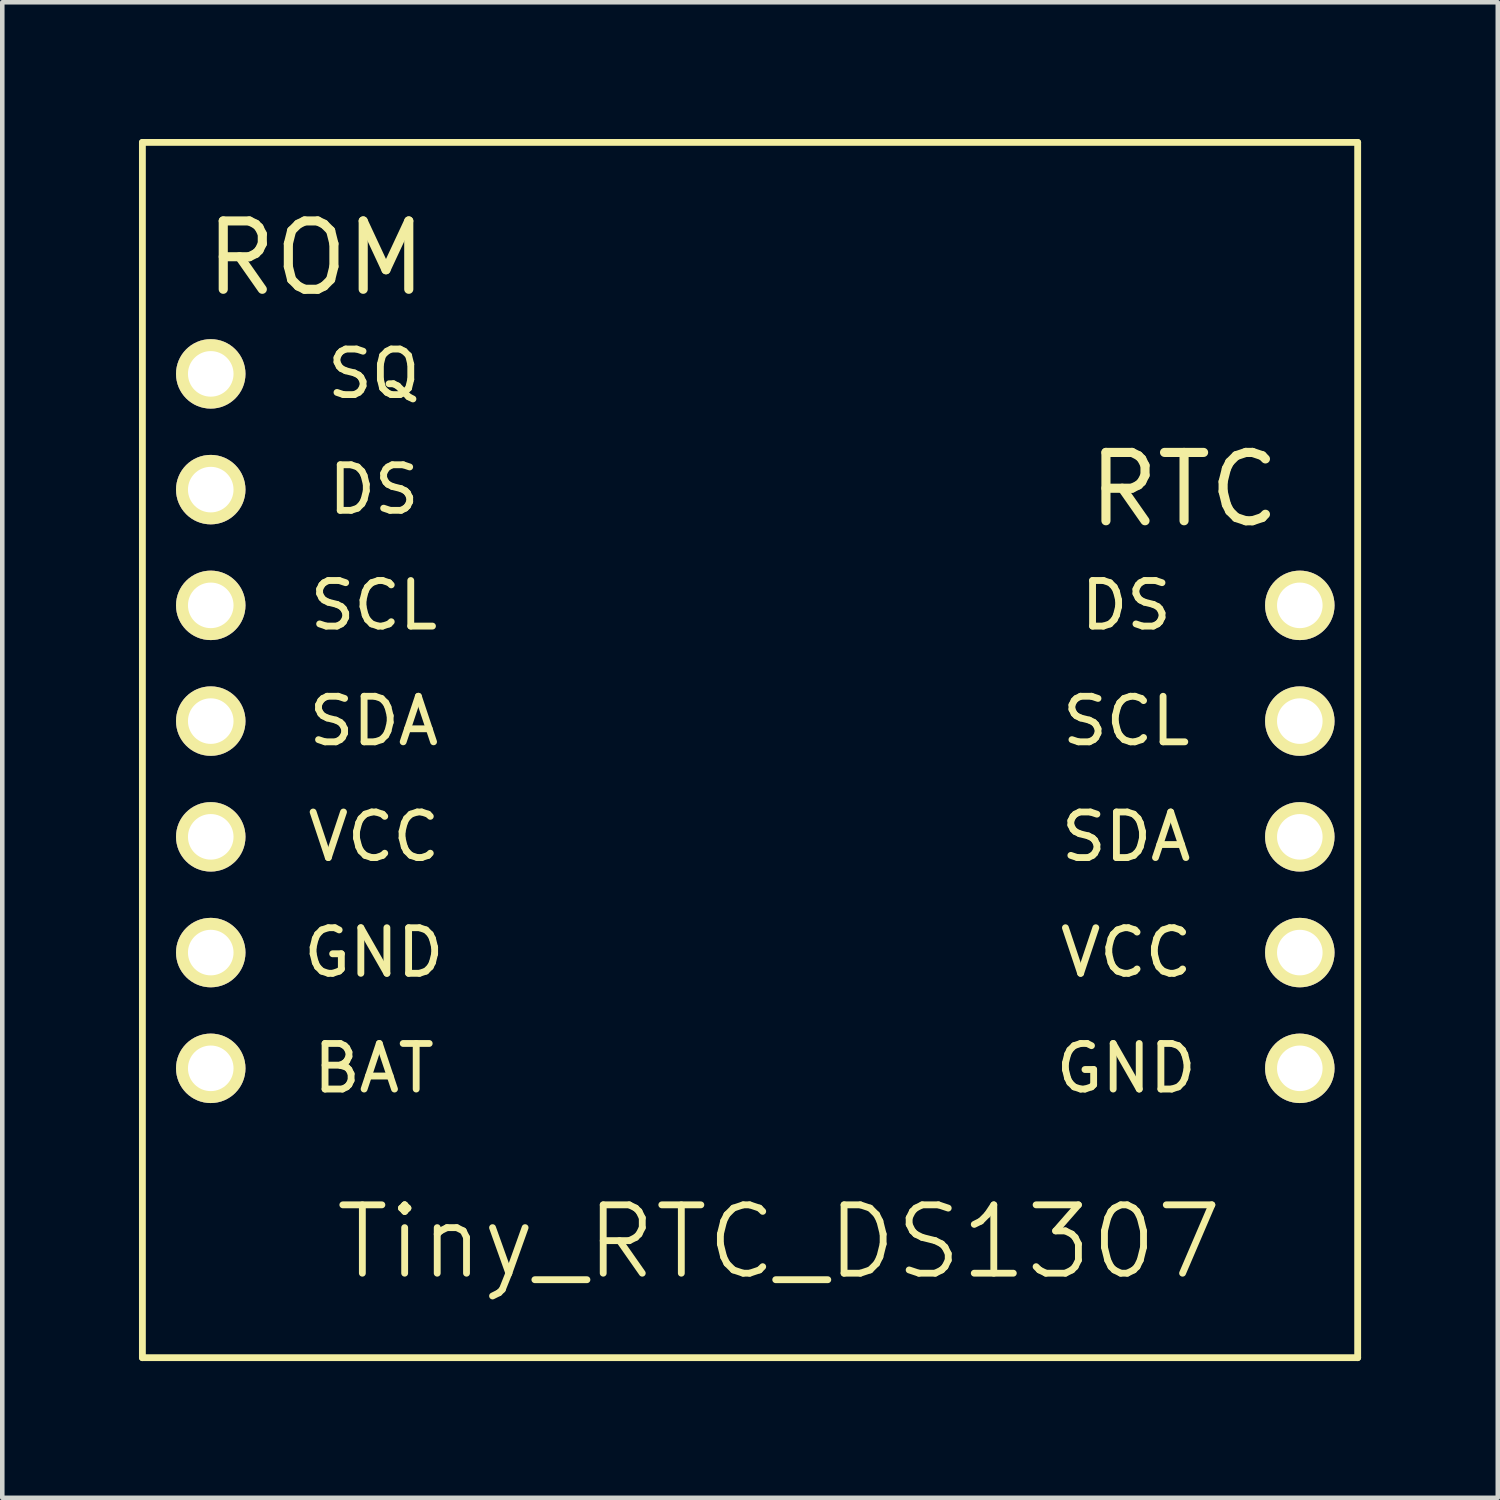
<source format=kicad_pcb>
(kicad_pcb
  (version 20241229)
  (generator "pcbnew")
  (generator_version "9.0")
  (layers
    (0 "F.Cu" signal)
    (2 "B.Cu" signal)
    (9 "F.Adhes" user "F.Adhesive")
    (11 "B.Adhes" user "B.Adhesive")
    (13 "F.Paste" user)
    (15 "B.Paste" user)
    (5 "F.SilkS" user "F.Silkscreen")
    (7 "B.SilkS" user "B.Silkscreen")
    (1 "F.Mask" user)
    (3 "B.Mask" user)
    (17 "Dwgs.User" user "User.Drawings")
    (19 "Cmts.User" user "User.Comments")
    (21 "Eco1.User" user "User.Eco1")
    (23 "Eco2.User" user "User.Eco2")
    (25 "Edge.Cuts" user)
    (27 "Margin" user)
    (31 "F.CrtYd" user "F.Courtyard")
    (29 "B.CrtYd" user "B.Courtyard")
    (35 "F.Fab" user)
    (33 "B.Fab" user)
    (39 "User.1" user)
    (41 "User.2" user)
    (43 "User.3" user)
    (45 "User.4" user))
  (footprint "Tiny_RTC_DS1307"
    (layer "F.Cu")
    (at 14.045 15.315)
    (property "Reference" "Tiny_RTC_DS1307" (at 0 8.89 0) (layer "F.SilkS") (effects (font (size 1.5 1.5) (thickness 0.15))))
    (attr through_hole)
    (fp_line (start -13.97 -15.24) (end 12.7 -15.24) (stroke (width 0.15) (type solid)) (layer "F.SilkS"))
    (fp_line (start -13.97 11.43) (end -13.97 -15.24) (stroke (width 0.15) (type solid)) (layer "F.SilkS"))
    (fp_line (start 12.7 -15.24) (end 12.7 11.43) (stroke (width 0.15) (type solid)) (layer "F.SilkS"))
    (fp_line (start 12.7 11.43) (end -13.97 11.43) (stroke (width 0.15) (type solid)) (layer "F.SilkS"))
    (fp_text user "GND" (at -8.89 2.54 0) (layer "F.SilkS") (effects (font (size 1 1) (thickness 0.15))))
    (fp_text user "RTC" (at 8.89 -7.62 0) (layer "F.SilkS") (effects (font (size 1.5 1.5) (thickness 0.2))))
    (fp_text user "SCL" (at -8.89 -5.08 0) (layer "F.SilkS") (effects (font (size 1 1) (thickness 0.15))))
    (fp_text user "DS" (at 7.62 -5.08 0) (layer "F.SilkS") (effects (font (size 1 1) (thickness 0.15))))
    (fp_text user "GND" (at 7.62 5.08 0) (layer "F.SilkS") (effects (font (size 1 1) (thickness 0.15))))
    (fp_text user "SDA" (at -8.89 -2.54 0) (layer "F.SilkS") (effects (font (size 1 1) (thickness 0.15))))
    (fp_text user "SQ" (at -8.89 -10.16 0) (layer "F.SilkS") (effects (font (size 1 1) (thickness 0.15))))
    (fp_text user "DS" (at -8.89 -7.62 0) (layer "F.SilkS") (effects (font (size 1 1) (thickness 0.15))))
    (fp_text user "SDA" (at 7.62 0 0) (layer "F.SilkS") (effects (font (size 1 1) (thickness 0.15))))
    (fp_text user "SCL" (at 7.62 -2.54 0) (layer "F.SilkS") (effects (font (size 1 1) (thickness 0.15))))
    (fp_text user "VCC" (at -8.89 0 0) (layer "F.SilkS") (effects (font (size 1 1) (thickness 0.15))))
    (fp_text user "BAT" (at -8.89 5.08 0) (layer "F.SilkS") (effects (font (size 1 1) (thickness 0.15))))
    (fp_text user "VCC" (at 7.62 2.54 0) (layer "F.SilkS") (effects (font (size 1 1) (thickness 0.15))))
    (fp_text user "ROM" (at -10.16 -12.7 0) (layer "F.SilkS") (effects (font (size 1.5 1.5) (thickness 0.2))))
    (pad "1" thru_hole circle (at -12.47 5.08) (size 1.524 1.524) (drill 1) (layers "*.Cu" "*.Mask" "F.SilkS"))
    (pad "2" thru_hole circle (at -12.47 2.54) (size 1.524 1.524) (drill 1) (layers "*.Cu" "*.Mask" "F.SilkS"))
    (pad "3" thru_hole circle (at -12.47 0) (size 1.524 1.524) (drill 1) (layers "*.Cu" "*.Mask" "F.SilkS"))
    (pad "4" thru_hole circle (at -12.47 -2.54) (size 1.524 1.524) (drill 1) (layers "*.Cu" "*.Mask" "F.SilkS"))
    (pad "5" thru_hole circle (at -12.47 -5.08) (size 1.524 1.524) (drill 1) (layers "*.Cu" "*.Mask" "F.SilkS"))
    (pad "6" thru_hole circle (at -12.47 -7.62) (size 1.524 1.524) (drill 1) (layers "*.Cu" "*.Mask" "F.SilkS"))
    (pad "7" thru_hole circle (at -12.47 -10.16) (size 1.524 1.524) (drill 1) (layers "*.Cu" "*.Mask" "F.SilkS"))
    (pad "8" thru_hole circle (at 11.43 5.08) (size 1.524 1.524) (drill 1) (layers "*.Cu" "*.Mask" "F.SilkS"))
    (pad "9" thru_hole circle (at 11.43 2.54) (size 1.524 1.524) (drill 1) (layers "*.Cu" "*.Mask" "F.SilkS"))
    (pad "10" thru_hole circle (at 11.43 0) (size 1.524 1.524) (drill 1) (layers "*.Cu" "*.Mask" "F.SilkS"))
    (pad "11" thru_hole circle (at 11.43 -2.54) (size 1.524 1.524) (drill 1) (layers "*.Cu" "*.Mask" "F.SilkS"))
    (pad "12" thru_hole circle (at 11.43 -5.08) (size 1.524 1.524) (drill 1) (layers "*.Cu" "*.Mask" "F.SilkS")))
  (gr_rect
    (start -3 -3)
    (end 29.82 29.82)
    (stroke (width 0.1) (type default))
    (fill no)
    (layer "Edge.Cuts")))
</source>
